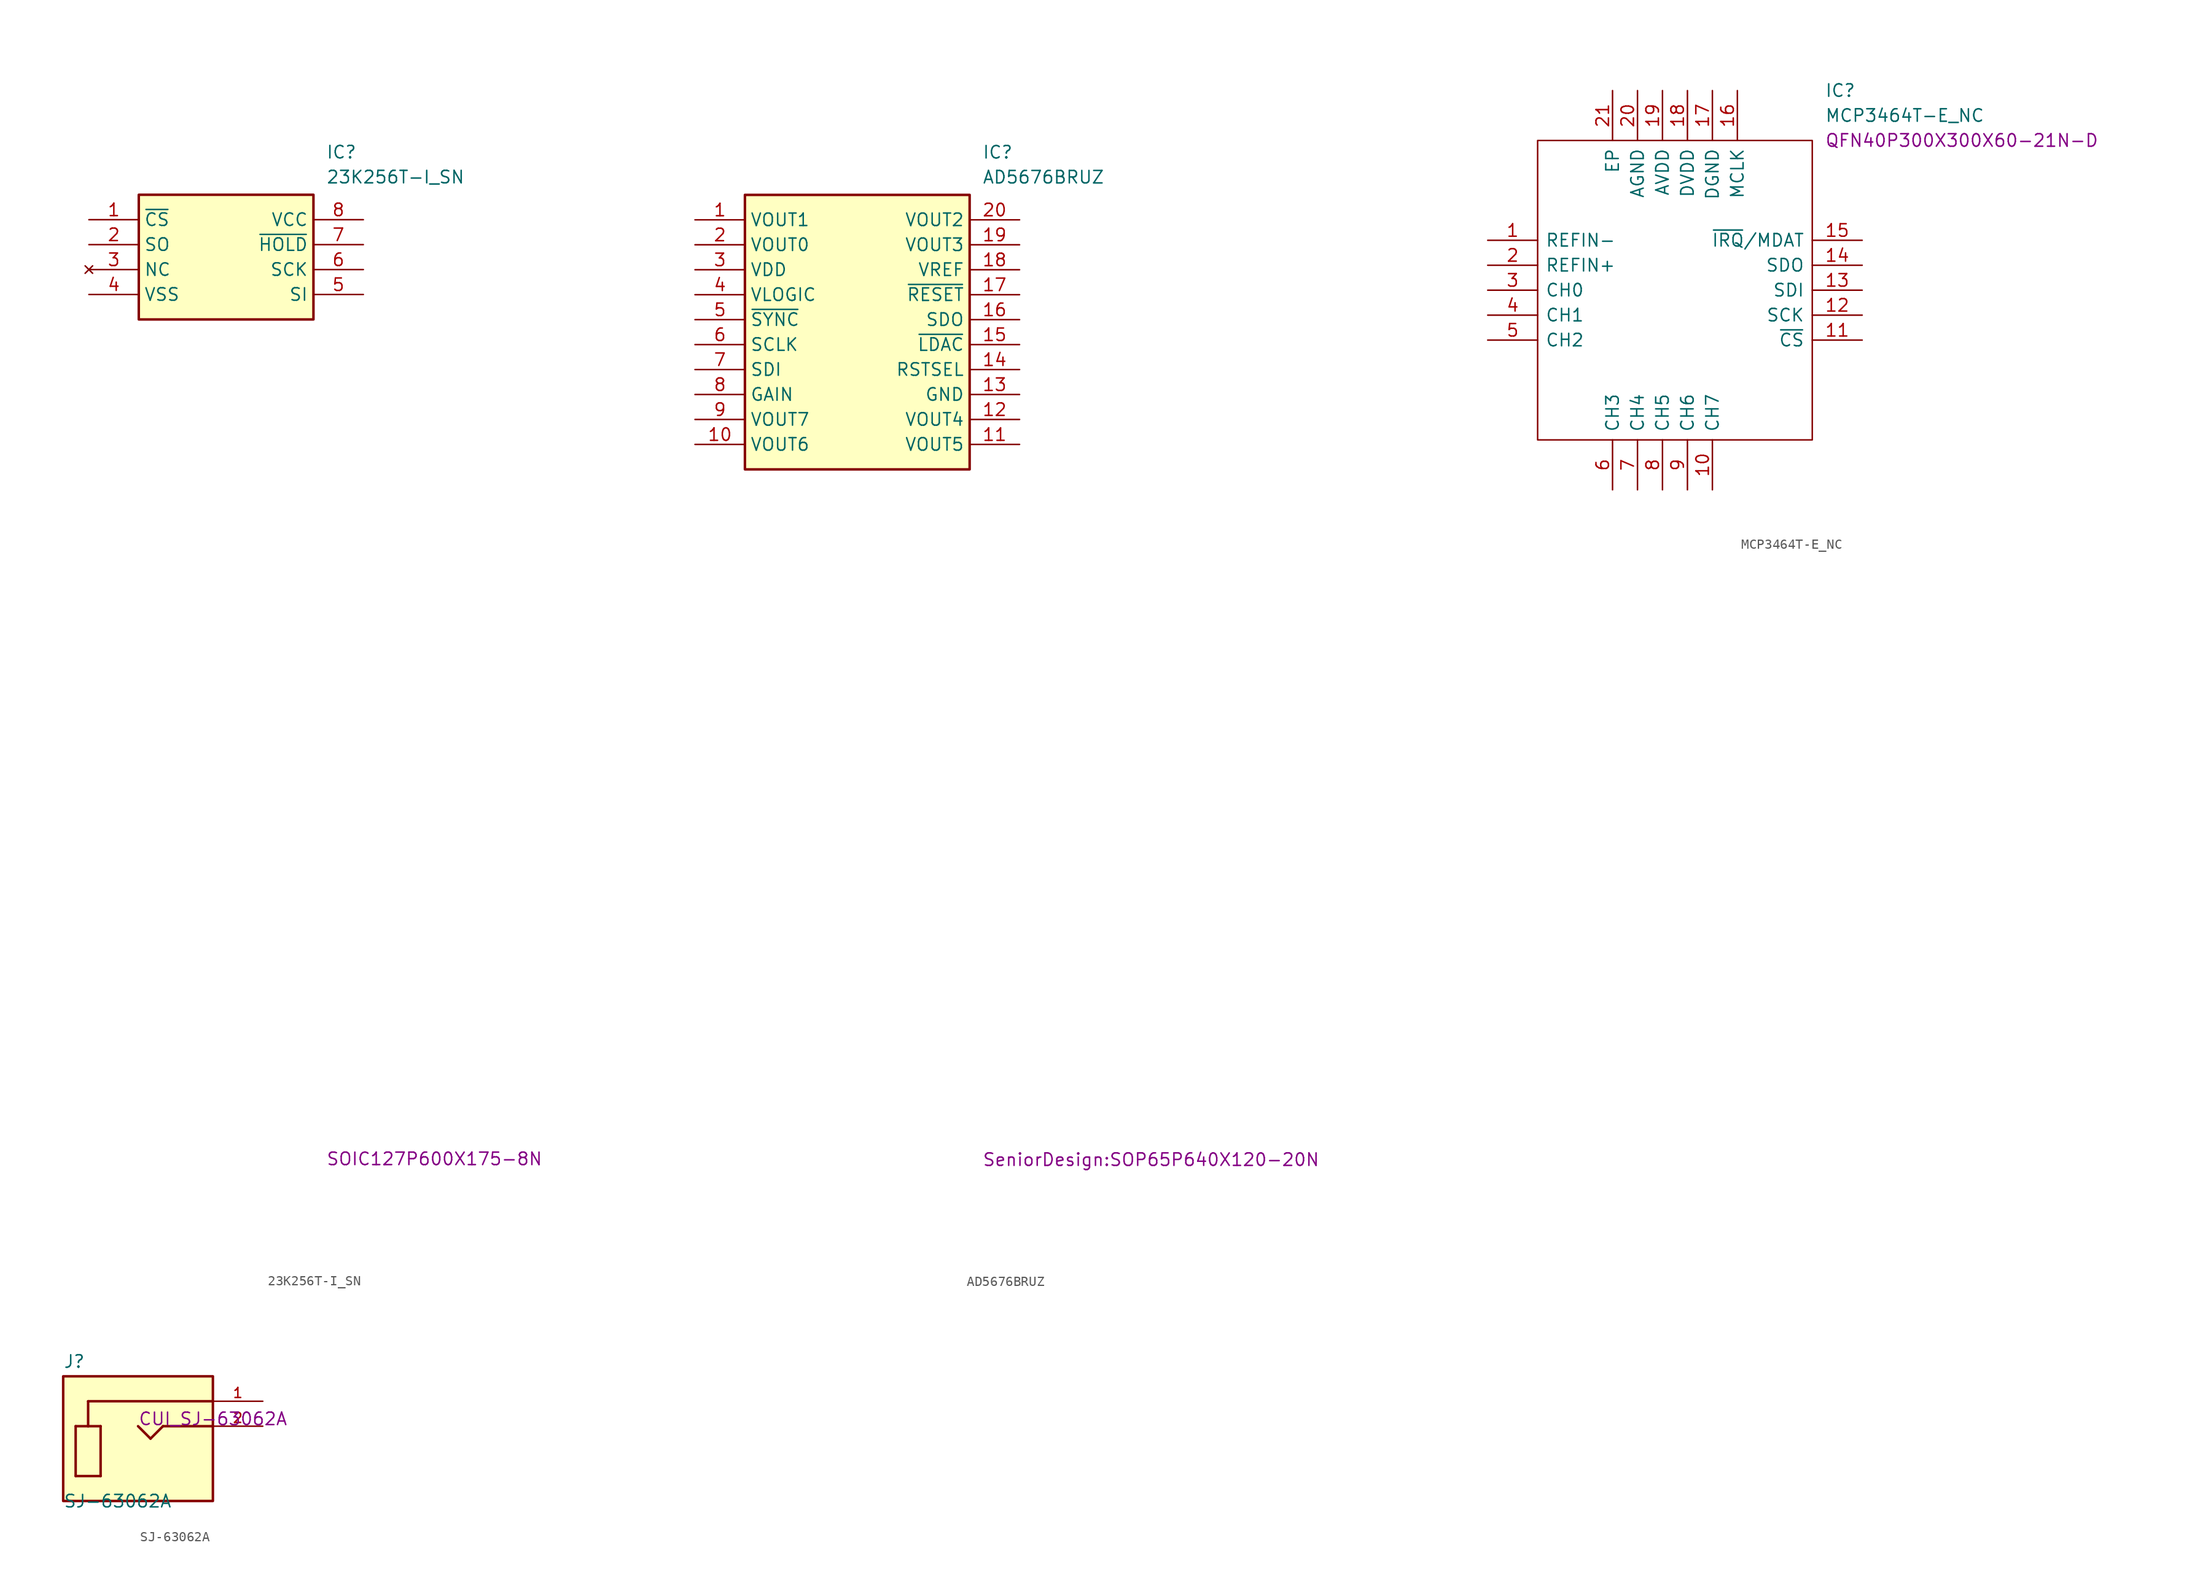
<source format=kicad_sym>
(kicad_symbol_lib
  (version 20231120)
  (generator "kicad_symbol_editor")
  (generator_version "8.0")
  (symbol "23K256T-I_SN"
    (property "Reference" "IC"
      (at 24.13 7.62 0)
      (effects (font (size 1.27 1.27)) (justify left top)))
    (property "Value" "23K256T-I_SN"
      (at 24.13 5.08 0)
      (effects (font (size 1.27 1.27)) (justify left top)))
    (property "Footprint" "SOIC127P600X175-8N"
      (at 24.13 -94.92 0)
      (effects (font (size 1.27 1.27)) (justify left top)))
    (symbol "23K256T-I_SN_1_1"
      (rectangle (start 5.08 2.54) (end 22.86 -10.16) (stroke (width 0.254) (type default)) (fill (type background)))
      (pin passive line (at 0 0 0) (length 5.08) (name "~{CS}" (effects (font (size 1.27 1.27)))) (number "1" (effects (font (size 1.27 1.27)))))
      (pin passive line (at 0 -2.54 0) (length 5.08) (name "SO" (effects (font (size 1.27 1.27)))) (number "2" (effects (font (size 1.27 1.27)))))
      (pin no_connect line (at 0 -5.08 0) (length 5.08) (name "NC" (effects (font (size 1.27 1.27)))) (number "3" (effects (font (size 1.27 1.27)))))
      (pin passive line (at 0 -7.62 0) (length 5.08) (name "VSS" (effects (font (size 1.27 1.27)))) (number "4" (effects (font (size 1.27 1.27)))))
      (pin passive line (at 27.94 -7.62 180) (length 5.08) (name "SI" (effects (font (size 1.27 1.27)))) (number "5" (effects (font (size 1.27 1.27)))))
      (pin passive line (at 27.94 -5.08 180) (length 5.08) (name "SCK" (effects (font (size 1.27 1.27)))) (number "6" (effects (font (size 1.27 1.27)))))
      (pin passive line (at 27.94 -2.54 180) (length 5.08) (name "~{HOLD}" (effects (font (size 1.27 1.27)))) (number "7" (effects (font (size 1.27 1.27)))))
      (pin passive line (at 27.94 0 180) (length 5.08) (name "VCC" (effects (font (size 1.27 1.27)))) (number "8" (effects (font (size 1.27 1.27)))))))
  (symbol "AD5676BRUZ"
    (property "Reference" "IC"
      (at 29.21 7.62 0)
      (effects (font (size 1.27 1.27)) (justify left top)))
    (property "Value" "AD5676BRUZ"
      (at 29.21 5.08 0)
      (effects (font (size 1.27 1.27)) (justify left top)))
    (property "Footprint" "SeniorDesign:SOP65P640X120-20N"
      (at 29.21 -94.92 0)
      (effects (font (size 1.27 1.27)) (justify left top)))
    (symbol "AD5676BRUZ_1_1"
      (rectangle (start 5.08 2.54) (end 27.94 -25.4) (stroke (width 0.254) (type default)) (fill (type background)))
      (pin passive line (at 0 0 0) (length 5.08) (name "VOUT1" (effects (font (size 1.27 1.27)))) (number "1" (effects (font (size 1.27 1.27)))))
      (pin passive line (at 0 -22.86 0) (length 5.08) (name "VOUT6" (effects (font (size 1.27 1.27)))) (number "10" (effects (font (size 1.27 1.27)))))
      (pin passive line (at 33.02 -22.86 180) (length 5.08) (name "VOUT5" (effects (font (size 1.27 1.27)))) (number "11" (effects (font (size 1.27 1.27)))))
      (pin passive line (at 33.02 -20.32 180) (length 5.08) (name "VOUT4" (effects (font (size 1.27 1.27)))) (number "12" (effects (font (size 1.27 1.27)))))
      (pin passive line (at 33.02 -17.78 180) (length 5.08) (name "GND" (effects (font (size 1.27 1.27)))) (number "13" (effects (font (size 1.27 1.27)))))
      (pin passive line (at 33.02 -15.24 180) (length 5.08) (name "RSTSEL" (effects (font (size 1.27 1.27)))) (number "14" (effects (font (size 1.27 1.27)))))
      (pin passive line (at 33.02 -12.7 180) (length 5.08) (name "~{LDAC}" (effects (font (size 1.27 1.27)))) (number "15" (effects (font (size 1.27 1.27)))))
      (pin passive line (at 33.02 -10.16 180) (length 5.08) (name "SDO" (effects (font (size 1.27 1.27)))) (number "16" (effects (font (size 1.27 1.27)))))
      (pin passive line (at 33.02 -7.62 180) (length 5.08) (name "~{RESET}" (effects (font (size 1.27 1.27)))) (number "17" (effects (font (size 1.27 1.27)))))
      (pin passive line (at 33.02 -5.08 180) (length 5.08) (name "VREF" (effects (font (size 1.27 1.27)))) (number "18" (effects (font (size 1.27 1.27)))))
      (pin passive line (at 33.02 -2.54 180) (length 5.08) (name "VOUT3" (effects (font (size 1.27 1.27)))) (number "19" (effects (font (size 1.27 1.27)))))
      (pin passive line (at 0 -2.54 0) (length 5.08) (name "VOUT0" (effects (font (size 1.27 1.27)))) (number "2" (effects (font (size 1.27 1.27)))))
      (pin passive line (at 33.02 0 180) (length 5.08) (name "VOUT2" (effects (font (size 1.27 1.27)))) (number "20" (effects (font (size 1.27 1.27)))))
      (pin passive line (at 0 -5.08 0) (length 5.08) (name "VDD" (effects (font (size 1.27 1.27)))) (number "3" (effects (font (size 1.27 1.27)))))
      (pin passive line (at 0 -7.62 0) (length 5.08) (name "VLOGIC" (effects (font (size 1.27 1.27)))) (number "4" (effects (font (size 1.27 1.27)))))
      (pin passive line (at 0 -10.16 0) (length 5.08) (name "~{SYNC}" (effects (font (size 1.27 1.27)))) (number "5" (effects (font (size 1.27 1.27)))))
      (pin passive line (at 0 -12.7 0) (length 5.08) (name "SCLK" (effects (font (size 1.27 1.27)))) (number "6" (effects (font (size 1.27 1.27)))))
      (pin passive line (at 0 -15.24 0) (length 5.08) (name "SDI" (effects (font (size 1.27 1.27)))) (number "7" (effects (font (size 1.27 1.27)))))
      (pin passive line (at 0 -17.78 0) (length 5.08) (name "GAIN" (effects (font (size 1.27 1.27)))) (number "8" (effects (font (size 1.27 1.27)))))
      (pin passive line (at 0 -20.32 0) (length 5.08) (name "VOUT7" (effects (font (size 1.27 1.27)))) (number "9" (effects (font (size 1.27 1.27)))))))
  (symbol "MCP3464T-E_NC"
    (pin_names
      (offset 0.762))
    (property "Reference" "IC"
      (at 34.29 15.24 0)
      (effects (font (size 1.27 1.27)) (justify left)))
    (property "Value" "MCP3464T-E_NC"
      (at 34.29 12.7 0)
      (effects (font (size 1.27 1.27)) (justify left)))
    (property "Footprint" "QFN40P300X300X60-21N-D"
      (at 34.29 10.16 0)
      (effects (font (size 1.27 1.27)) (justify left)))
    (symbol "MCP3464T-E_NC_0_0"
      (pin passive line (at 0 0 0) (length 5.08) (name "REFIN-" (effects (font (size 1.27 1.27)))) (number "1" (effects (font (size 1.27 1.27)))))
      (pin passive line (at 22.86 -25.4 90) (length 5.08) (name "CH7" (effects (font (size 1.27 1.27)))) (number "10" (effects (font (size 1.27 1.27)))))
      (pin passive line (at 38.1 -10.16 180) (length 5.08) (name "~{CS}" (effects (font (size 1.27 1.27)))) (number "11" (effects (font (size 1.27 1.27)))))
      (pin passive line (at 38.1 -7.62 180) (length 5.08) (name "SCK" (effects (font (size 1.27 1.27)))) (number "12" (effects (font (size 1.27 1.27)))))
      (pin passive line (at 38.1 -5.08 180) (length 5.08) (name "SDI" (effects (font (size 1.27 1.27)))) (number "13" (effects (font (size 1.27 1.27)))))
      (pin passive line (at 38.1 -2.54 180) (length 5.08) (name "SDO" (effects (font (size 1.27 1.27)))) (number "14" (effects (font (size 1.27 1.27)))))
      (pin passive line (at 38.1 0 180) (length 5.08) (name "~{IRQ}/MDAT" (effects (font (size 1.27 1.27)))) (number "15" (effects (font (size 1.27 1.27)))))
      (pin passive line (at 25.4 15.24 270) (length 5.08) (name "MCLK" (effects (font (size 1.27 1.27)))) (number "16" (effects (font (size 1.27 1.27)))))
      (pin passive line (at 22.86 15.24 270) (length 5.08) (name "DGND" (effects (font (size 1.27 1.27)))) (number "17" (effects (font (size 1.27 1.27)))))
      (pin passive line (at 20.32 15.24 270) (length 5.08) (name "DVDD" (effects (font (size 1.27 1.27)))) (number "18" (effects (font (size 1.27 1.27)))))
      (pin passive line (at 17.78 15.24 270) (length 5.08) (name "AVDD" (effects (font (size 1.27 1.27)))) (number "19" (effects (font (size 1.27 1.27)))))
      (pin passive line (at 0 -2.54 0) (length 5.08) (name "REFIN+" (effects (font (size 1.27 1.27)))) (number "2" (effects (font (size 1.27 1.27)))))
      (pin passive line (at 15.24 15.24 270) (length 5.08) (name "AGND" (effects (font (size 1.27 1.27)))) (number "20" (effects (font (size 1.27 1.27)))))
      (pin passive line (at 12.7 15.24 270) (length 5.08) (name "EP" (effects (font (size 1.27 1.27)))) (number "21" (effects (font (size 1.27 1.27)))))
      (pin passive line (at 0 -5.08 0) (length 5.08) (name "CH0" (effects (font (size 1.27 1.27)))) (number "3" (effects (font (size 1.27 1.27)))))
      (pin passive line (at 0 -7.62 0) (length 5.08) (name "CH1" (effects (font (size 1.27 1.27)))) (number "4" (effects (font (size 1.27 1.27)))))
      (pin passive line (at 0 -10.16 0) (length 5.08) (name "CH2" (effects (font (size 1.27 1.27)))) (number "5" (effects (font (size 1.27 1.27)))))
      (pin passive line (at 12.7 -25.4 90) (length 5.08) (name "CH3" (effects (font (size 1.27 1.27)))) (number "6" (effects (font (size 1.27 1.27)))))
      (pin passive line (at 15.24 -25.4 90) (length 5.08) (name "CH4" (effects (font (size 1.27 1.27)))) (number "7" (effects (font (size 1.27 1.27)))))
      (pin passive line (at 17.78 -25.4 90) (length 5.08) (name "CH5" (effects (font (size 1.27 1.27)))) (number "8" (effects (font (size 1.27 1.27)))))
      (pin passive line (at 20.32 -25.4 90) (length 5.08) (name "CH6" (effects (font (size 1.27 1.27)))) (number "9" (effects (font (size 1.27 1.27))))))
    (symbol "MCP3464T-E_NC_0_1"
      (polyline (pts (xy 5.08 10.16) (xy 33.02 10.16) (xy 33.02 -20.32) (xy 5.08 -20.32) (xy 5.08 10.16)) (stroke (width 0.152) (type solid)) (fill (type none)))))
  (symbol "SJ-63062A"
    (pin_names
      (offset 1.016) hide)
    (property "Reference" "J"
      (at -7.62 5.842 0)
      (effects (font (size 1.27 1.27)) (justify left bottom)))
    (property "Value" "SJ-63062A"
      (at -7.62 -8.382 0)
      (effects (font (size 1.27 1.27)) (justify left bottom)))
    (property "Footprint" "CUI_SJ-63062A"
      (at 0 0 0)
      (effects (font (size 1.27 1.27)) (justify left bottom)))
    (symbol "SJ-63062A_0_0"
      (rectangle (start -7.62 -7.62) (end 7.62 5.08) (stroke (width 0.254) (type solid)) (fill (type background)))
      (polyline (pts (xy -6.35 -5.08) (xy -6.35 0)) (stroke (width 0.254) (type solid)) (fill (type none)))
      (polyline (pts (xy -6.35 0) (xy -5.08 0)) (stroke (width 0.254) (type solid)) (fill (type none)))
      (polyline (pts (xy -5.08 0) (xy -5.08 2.54)) (stroke (width 0.254) (type solid)) (fill (type none)))
      (polyline (pts (xy -5.08 0) (xy -3.81 0)) (stroke (width 0.254) (type solid)) (fill (type none)))
      (polyline (pts (xy -5.08 2.54) (xy 7.62 2.54)) (stroke (width 0.254) (type solid)) (fill (type none)))
      (polyline (pts (xy -3.81 -5.08) (xy -6.35 -5.08)) (stroke (width 0.254) (type solid)) (fill (type none)))
      (polyline (pts (xy -3.81 0) (xy -3.81 -5.08)) (stroke (width 0.254) (type solid)) (fill (type none)))
      (polyline (pts (xy 0 0) (xy 1.27 -1.27)) (stroke (width 0.254) (type solid)) (fill (type none)))
      (polyline (pts (xy 1.27 -1.27) (xy 2.54 0)) (stroke (width 0.254) (type solid)) (fill (type none)))
      (polyline (pts (xy 2.54 0) (xy 7.62 0)) (stroke (width 0.254) (type solid)) (fill (type none)))
      (pin passive line (at 12.7 2.54 180) (length 5.08) (name "~" (effects (font (size 1.016 1.016)))) (number "1" (effects (font (size 1.016 1.016)))))
      (pin passive line (at 12.7 0 180) (length 5.08) (name "~" (effects (font (size 1.016 1.016)))) (number "2" (effects (font (size 1.016 1.016))))))))
</source>
